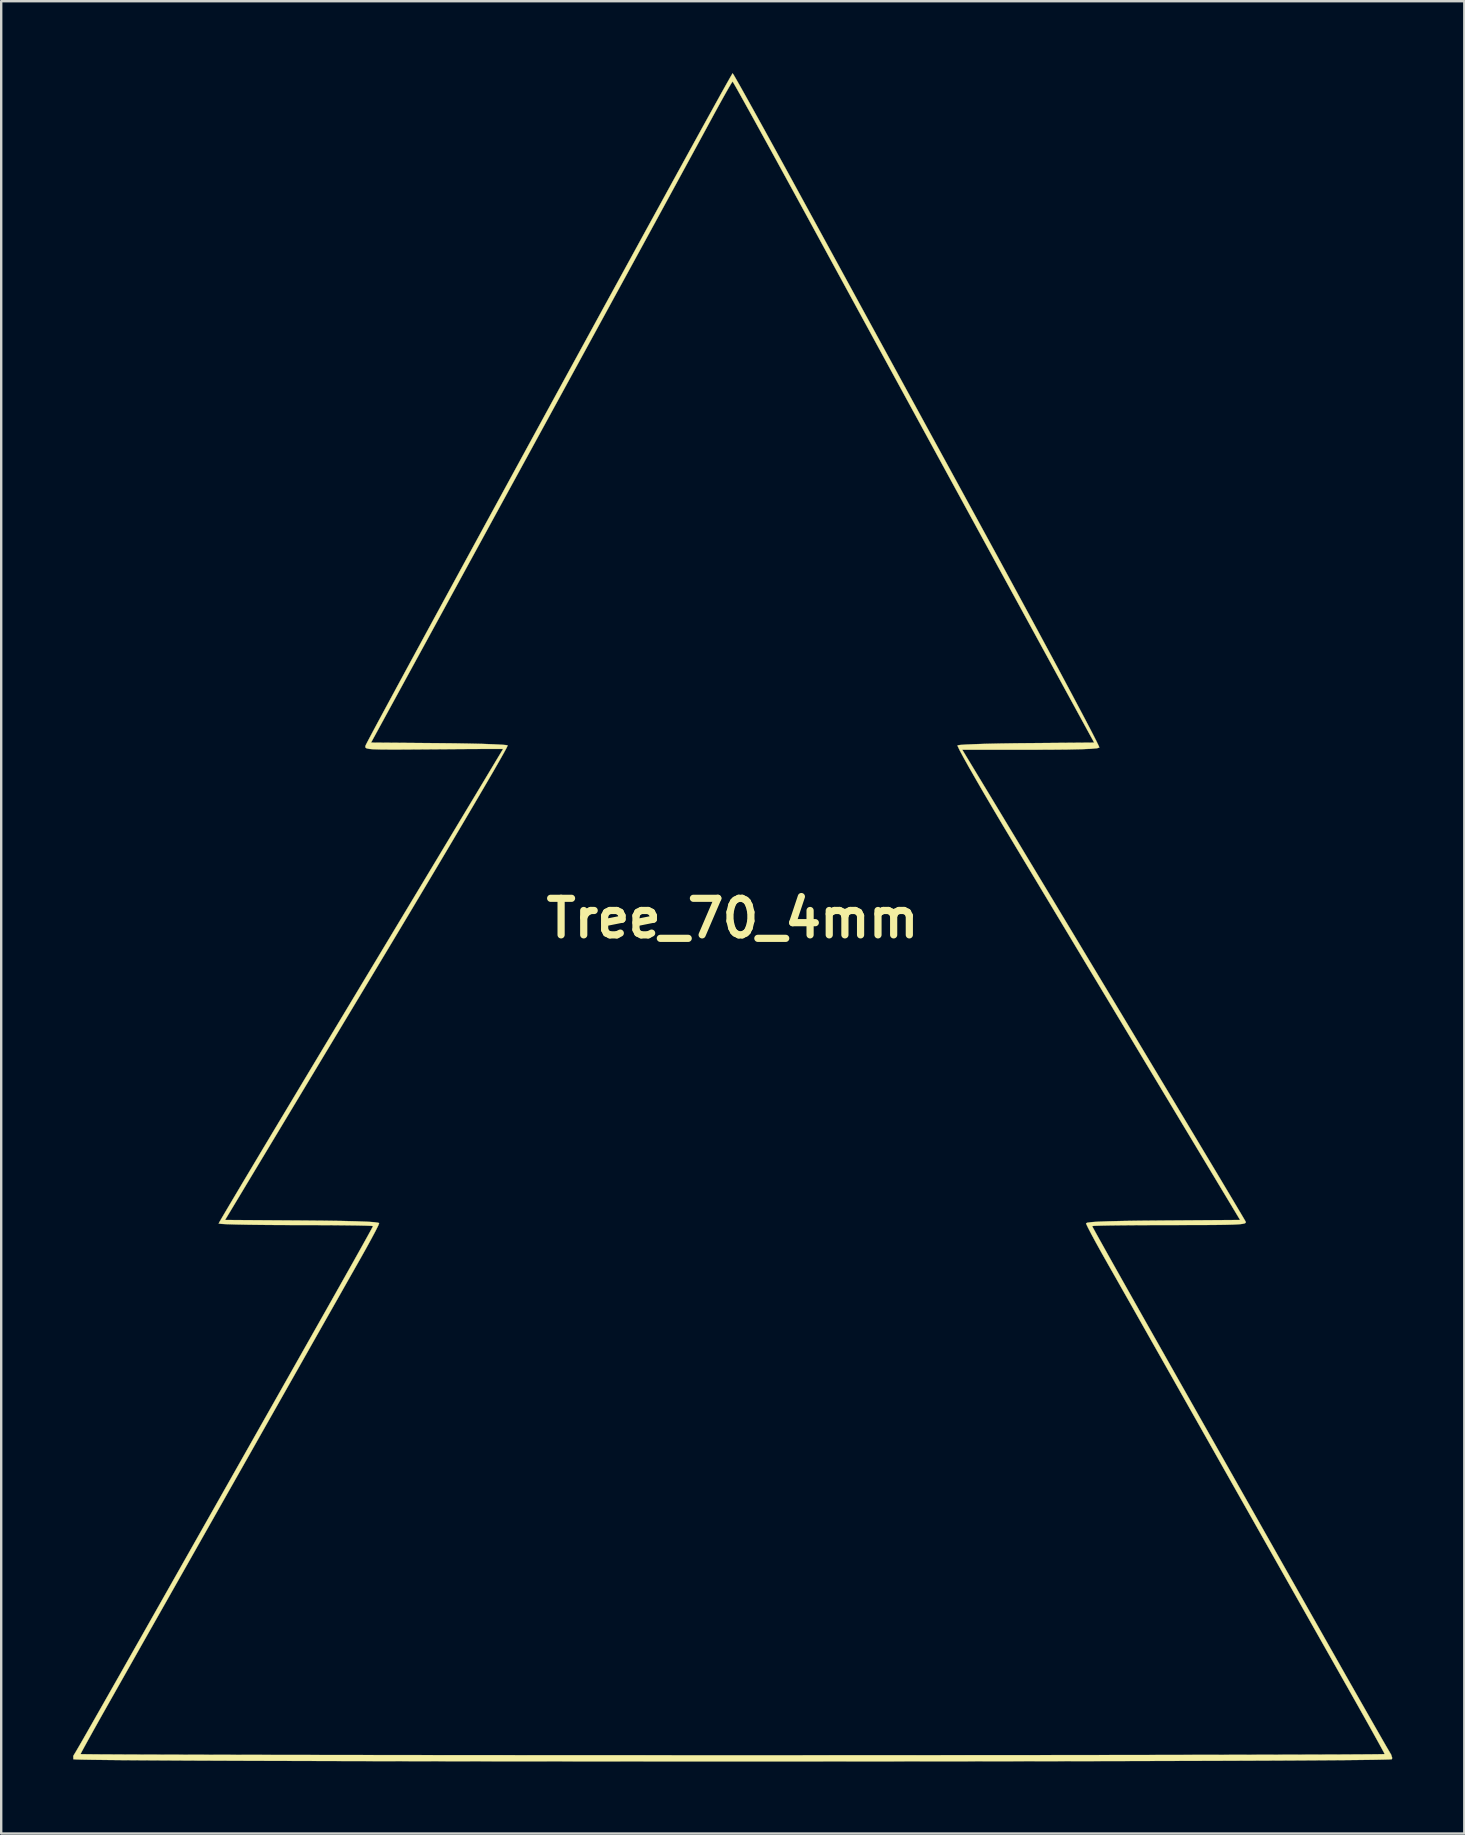
<source format=kicad_pcb>
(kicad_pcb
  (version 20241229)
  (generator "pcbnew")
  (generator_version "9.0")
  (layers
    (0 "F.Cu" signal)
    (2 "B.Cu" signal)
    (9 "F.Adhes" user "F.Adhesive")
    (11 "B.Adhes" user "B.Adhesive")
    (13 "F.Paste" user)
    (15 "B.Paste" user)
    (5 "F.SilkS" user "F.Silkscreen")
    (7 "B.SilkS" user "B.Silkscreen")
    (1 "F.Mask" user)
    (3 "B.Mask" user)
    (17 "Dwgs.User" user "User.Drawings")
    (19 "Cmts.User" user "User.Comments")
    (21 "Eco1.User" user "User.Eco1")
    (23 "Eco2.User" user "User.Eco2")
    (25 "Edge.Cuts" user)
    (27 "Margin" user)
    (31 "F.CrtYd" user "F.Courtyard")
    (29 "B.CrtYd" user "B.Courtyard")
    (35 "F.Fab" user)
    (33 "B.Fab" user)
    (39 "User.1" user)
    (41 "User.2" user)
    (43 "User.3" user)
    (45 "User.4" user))
  (footprint "Tree_70_4mm"
    (layer "F.Cu")
    (at 27.485 35.226)
    (property "Reference" "Tree_70_4mm" (at 0 0 0) (layer "F.SilkS") (effects (font (size 1.524 1.524) (thickness 0.3))))
    (attr through_hole)
    (fp_poly (pts (xy 0.048 -35.149) (xy 0.169 -34.94) (xy 0.358 -34.607) (xy 0.607 -34.161) (xy 0.91 -33.616) (xy 1.261 -32.982) (xy 1.651 -32.273) (xy 2.076 -31.5) (xy 2.527 -30.676) (xy 2.761 -30.247) (xy 3.174 -29.492) (xy 3.658 -28.605) (xy 4.205 -27.603) (xy 4.805 -26.504) (xy 5.449 -25.324) (xy 6.128 -24.081) (xy 6.832 -22.792) (xy 7.552 -21.472) (xy 8.279 -20.141) (xy 9.004 -18.814) (xy 9.717 -17.508) (xy 10.409 -16.241) (xy 10.409 -16.241) (xy 11.035 -15.094) (xy 11.636 -13.988) (xy 12.209 -12.931) (xy 12.748 -11.934) (xy 13.249 -11.005) (xy 13.706 -10.153) (xy 14.115 -9.387) (xy 14.471 -8.717) (xy 14.769 -8.152) (xy 15.004 -7.7) (xy 15.171 -7.371) (xy 15.266 -7.174) (xy 15.286 -7.118) (xy 15.189 -7.089) (xy 14.935 -7.066) (xy 14.521 -7.049) (xy 13.945 -7.036) (xy 13.205 -7.029) (xy 12.402 -7.027) (xy 9.573 -7.027) (xy 10.54 -5.427) (xy 11.037 -4.605) (xy 11.572 -3.717) (xy 12.141 -2.773) (xy 12.738 -1.782) (xy 13.356 -0.756) (xy 13.989 0.297) (xy 14.632 1.367) (xy 15.279 2.443) (xy 15.923 3.515) (xy 16.559 4.574) (xy 17.181 5.61) (xy 17.783 6.613) (xy 18.358 7.573) (xy 18.902 8.48) (xy 19.407 9.324) (xy 19.869 10.095) (xy 20.281 10.784) (xy 20.636 11.38) (xy 20.93 11.873) (xy 21.156 12.254) (xy 21.309 12.513) (xy 21.382 12.639) (xy 21.387 12.65) (xy 21.388 12.684) (xy 21.35 12.713) (xy 21.26 12.735) (xy 21.101 12.752) (xy 20.859 12.765) (xy 20.518 12.774) (xy 20.062 12.78) (xy 19.478 12.783) (xy 18.748 12.784) (xy 18.212 12.785) (xy 17.492 12.786) (xy 16.828 12.789) (xy 16.238 12.794) (xy 15.74 12.8) (xy 15.354 12.808) (xy 15.097 12.816) (xy 14.989 12.826) (xy 14.986 12.827) (xy 15.027 12.906) (xy 15.144 13.12) (xy 15.332 13.458) (xy 15.583 13.908) (xy 15.89 14.456) (xy 16.248 15.093) (xy 16.649 15.805) (xy 17.086 16.581) (xy 17.554 17.409) (xy 17.896 18.013) (xy 18.454 19.001) (xy 19.08 20.107) (xy 19.756 21.302) (xy 20.466 22.556) (xy 21.193 23.842) (xy 21.921 25.129) (xy 22.633 26.388) (xy 23.314 27.591) (xy 23.946 28.708) (xy 24.086 28.956) (xy 24.603 29.869) (xy 25.097 30.741) (xy 25.561 31.56) (xy 25.99 32.314) (xy 26.376 32.992) (xy 26.713 33.583) (xy 26.995 34.076) (xy 27.214 34.458) (xy 27.366 34.719) (xy 27.442 34.847) (xy 27.449 34.858) (xy 27.492 34.998) (xy 27.477 35.048) (xy 27.388 35.057) (xy 27.138 35.064) (xy 26.734 35.072) (xy 26.183 35.079) (xy 25.494 35.086) (xy 24.674 35.092) (xy 23.731 35.098) (xy 22.672 35.104) (xy 21.506 35.109) (xy 20.24 35.114) (xy 18.881 35.118) (xy 17.437 35.122) (xy 15.916 35.126) (xy 14.326 35.129) (xy 12.674 35.132) (xy 10.969 35.134) (xy 9.217 35.137) (xy 7.426 35.138) (xy 5.605 35.14) (xy 3.76 35.141) (xy 1.9 35.141) (xy 0.032 35.141) (xy -1.836 35.141) (xy -3.697 35.141) (xy -5.542 35.14) (xy -7.364 35.138) (xy -9.156 35.137) (xy -10.91 35.135) (xy -12.617 35.132) (xy -14.271 35.129) (xy -15.863 35.126) (xy -17.386 35.122) (xy -18.833 35.118) (xy -20.195 35.114) (xy -21.464 35.109) (xy -22.634 35.104) (xy -23.697 35.098) (xy -24.644 35.092) (xy -25.468 35.086) (xy -26.162 35.079) (xy -26.717 35.072) (xy -27.126 35.065) (xy -27.382 35.057) (xy -27.476 35.049) (xy -27.477 35.048) (xy -27.48 34.913) (xy -27.449 34.858) (xy -27.434 34.835) (xy -27.178 34.835) (xy -27.094 34.839) (xy -26.848 34.842) (xy -26.444 34.846) (xy -25.891 34.849) (xy -25.193 34.853) (xy -24.358 34.856) (xy -23.391 34.859) (xy -22.299 34.862) (xy -21.089 34.865) (xy -19.766 34.868) (xy -18.337 34.87) (xy -16.808 34.872) (xy -15.186 34.874) (xy -13.477 34.876) (xy -11.687 34.878) (xy -9.822 34.879) (xy -7.89 34.881) (xy -5.896 34.882) (xy -3.846 34.882) (xy -1.747 34.883) (xy 0 34.883) (xy 2.134 34.883) (xy 4.225 34.882) (xy 6.265 34.881) (xy 8.248 34.88) (xy 10.169 34.879) (xy 12.02 34.878) (xy 13.796 34.876) (xy 15.489 34.874) (xy 17.095 34.872) (xy 18.606 34.869) (xy 20.016 34.867) (xy 21.319 34.864) (xy 22.508 34.861) (xy 23.577 34.858) (xy 24.521 34.855) (xy 25.331 34.852) (xy 26.003 34.848) (xy 26.53 34.845) (xy 26.905 34.841) (xy 27.122 34.837) (xy 27.178 34.834) (xy 27.138 34.752) (xy 27.022 34.539) (xy 26.841 34.211) (xy 26.603 33.783) (xy 26.317 33.272) (xy 25.991 32.693) (xy 25.635 32.063) (xy 25.514 31.85) (xy 25.208 31.308) (xy 24.828 30.637) (xy 24.385 29.855) (xy 23.89 28.98) (xy 23.352 28.03) (xy 22.782 27.022) (xy 22.19 25.975) (xy 21.586 24.907) (xy 20.98 23.837) (xy 20.383 22.781) (xy 20.212 22.479) (xy 19.643 21.473) (xy 19.079 20.476) (xy 18.529 19.504) (xy 18.001 18.57) (xy 17.502 17.69) (xy 17.042 16.877) (xy 16.628 16.145) (xy 16.268 15.511) (xy 15.971 14.986) (xy 15.744 14.587) (xy 15.653 14.427) (xy 15.384 13.95) (xy 15.146 13.521) (xy 14.951 13.16) (xy 14.812 12.892) (xy 14.739 12.738) (xy 14.732 12.713) (xy 14.786 12.686) (xy 14.954 12.663) (xy 15.245 12.644) (xy 15.668 12.628) (xy 16.232 12.615) (xy 16.947 12.604) (xy 17.82 12.596) (xy 17.943 12.595) (xy 21.153 12.573) (xy 17.64 6.731) (xy 17.015 5.691) (xy 16.356 4.594) (xy 15.677 3.465) (xy 14.992 2.327) (xy 14.316 1.202) (xy 13.663 0.115) (xy 13.046 -0.911) (xy 12.48 -1.853) (xy 11.978 -2.687) (xy 11.716 -3.124) (xy 11.267 -3.873) (xy 10.848 -4.58) (xy 10.466 -5.23) (xy 10.13 -5.811) (xy 9.845 -6.309) (xy 9.621 -6.71) (xy 9.465 -7.002) (xy 9.384 -7.17) (xy 9.375 -7.208) (xy 9.474 -7.225) (xy 9.722 -7.243) (xy 10.098 -7.259) (xy 10.583 -7.274) (xy 11.156 -7.287) (xy 11.797 -7.297) (xy 12.258 -7.301) (xy 15.07 -7.324) (xy 11.092 -14.605) (xy 10.424 -15.829) (xy 9.702 -17.151) (xy 8.942 -18.544) (xy 8.158 -19.981) (xy 7.364 -21.437) (xy 6.574 -22.885) (xy 5.804 -24.297) (xy 5.067 -25.649) (xy 4.378 -26.913) (xy 3.752 -28.063) (xy 3.579 -28.381) (xy 3.051 -29.35) (xy 2.546 -30.275) (xy 2.069 -31.146) (xy 1.628 -31.952) (xy 1.226 -32.682) (xy 0.872 -33.326) (xy 0.569 -33.872) (xy 0.325 -34.311) (xy 0.145 -34.632) (xy 0.034 -34.823) (xy 0 -34.877) (xy -0.051 -34.806) (xy -0.169 -34.607) (xy -0.342 -34.302) (xy -0.558 -33.913) (xy -0.805 -33.461) (xy -0.896 -33.292) (xy -1.05 -33.009) (xy -1.278 -32.588) (xy -1.575 -32.042) (xy -1.935 -31.382) (xy -2.35 -30.619) (xy -2.816 -29.765) (xy -3.325 -28.831) (xy -3.872 -27.828) (xy -4.45 -26.769) (xy -5.054 -25.664) (xy -5.676 -24.525) (xy -6.31 -23.364) (xy -6.562 -22.902) (xy -7.224 -21.69) (xy -7.893 -20.467) (xy -8.56 -19.245) (xy -9.218 -18.041) (xy -9.859 -16.868) (xy -10.474 -15.742) (xy -11.057 -14.675) (xy -11.598 -13.684) (xy -12.091 -12.781) (xy -12.527 -11.983) (xy -12.898 -11.303) (xy -13.197 -10.756) (xy -13.222 -10.71) (xy -15.07 -7.324) (xy -12.258 -7.301) (xy -11.583 -7.294) (xy -10.962 -7.283) (xy -10.416 -7.27) (xy -9.964 -7.254) (xy -9.626 -7.237) (xy -9.424 -7.219) (xy -9.375 -7.207) (xy -9.409 -7.127) (xy -9.526 -6.911) (xy -9.72 -6.567) (xy -9.987 -6.102) (xy -10.322 -5.527) (xy -10.72 -4.848) (xy -11.175 -4.075) (xy -11.683 -3.216) (xy -12.239 -2.279) (xy -12.838 -1.273) (xy -13.475 -0.205) (xy -14.145 0.914) (xy -14.844 2.078) (xy -15.229 2.719) (xy -21.154 12.573) (xy -17.943 12.595) (xy -17.03 12.603) (xy -16.28 12.614) (xy -15.685 12.628) (xy -15.24 12.645) (xy -14.938 12.665) (xy -14.772 12.688) (xy -14.732 12.71) (xy -14.772 12.81) (xy -14.883 13.032) (xy -15.053 13.351) (xy -15.267 13.742) (xy -15.507 14.17) (xy -15.663 14.445) (xy -15.895 14.855) (xy -16.196 15.386) (xy -16.558 16.026) (xy -16.975 16.761) (xy -17.438 17.579) (xy -17.94 18.467) (xy -18.475 19.411) (xy -19.034 20.399) (xy -19.611 21.418) (xy -20.197 22.455) (xy -20.235 22.521) (xy -20.843 23.596) (xy -21.456 24.679) (xy -22.066 25.756) (xy -22.662 26.81) (xy -23.237 27.825) (xy -23.781 28.786) (xy -24.285 29.676) (xy -24.74 30.48) (xy -25.137 31.182) (xy -25.467 31.765) (xy -25.683 32.147) (xy -26.027 32.756) (xy -26.344 33.318) (xy -26.623 33.817) (xy -26.855 34.235) (xy -27.031 34.555) (xy -27.142 34.761) (xy -27.178 34.835) (xy -27.434 34.835) (xy -27.43 34.828) (xy -27.389 34.76) (xy -27.323 34.648) (xy -27.23 34.488) (xy -27.107 34.275) (xy -26.951 34.002) (xy -26.759 33.665) (xy -26.528 33.259) (xy -26.255 32.779) (xy -25.937 32.219) (xy -25.571 31.575) (xy -25.155 30.84) (xy -24.685 30.011) (xy -24.159 29.082) (xy -23.573 28.047) (xy -22.925 26.902) (xy -22.211 25.641) (xy -21.429 24.259) (xy -20.576 22.752) (xy -19.649 21.113) (xy -18.645 19.339) (xy -17.562 17.423) (xy -17.369 17.081) (xy -16.931 16.307) (xy -16.52 15.578) (xy -16.142 14.906) (xy -15.804 14.306) (xy -15.515 13.789) (xy -15.282 13.37) (xy -15.111 13.061) (xy -15.011 12.877) (xy -14.986 12.827) (xy -15.068 12.817) (xy -15.3 12.809) (xy -15.665 12.801) (xy -16.145 12.795) (xy -16.72 12.789) (xy -17.372 12.786) (xy -18.083 12.785) (xy -18.203 12.785) (xy -18.923 12.783) (xy -19.586 12.778) (xy -20.175 12.771) (xy -20.671 12.761) (xy -21.056 12.749) (xy -21.311 12.736) (xy -21.418 12.721) (xy -21.421 12.719) (xy -21.378 12.639) (xy -21.253 12.424) (xy -21.05 12.08) (xy -20.775 11.616) (xy -20.433 11.04) (xy -20.028 10.362) (xy -19.567 9.589) (xy -19.053 8.73) (xy -18.491 7.793) (xy -17.888 6.787) (xy -17.248 5.72) (xy -16.575 4.6) (xy -15.875 3.436) (xy -15.494 2.802) (xy -14.782 1.619) (xy -14.095 0.477) (xy -13.437 -0.617) (xy -12.813 -1.654) (xy -12.229 -2.625) (xy -11.69 -3.523) (xy -11.2 -4.338) (xy -10.764 -5.063) (xy -10.388 -5.689) (xy -10.077 -6.208) (xy -9.835 -6.611) (xy -9.667 -6.89) (xy -9.58 -7.037) (xy -9.567 -7.059) (xy -9.649 -7.061) (xy -9.88 -7.061) (xy -10.242 -7.06) (xy -10.715 -7.058) (xy -11.28 -7.055) (xy -11.917 -7.05) (xy -12.456 -7.046) (xy -13.231 -7.04) (xy -13.853 -7.036) (xy -14.338 -7.036) (xy -14.704 -7.039) (xy -14.966 -7.047) (xy -15.141 -7.061) (xy -15.246 -7.082) (xy -15.296 -7.11) (xy -15.309 -7.147) (xy -15.301 -7.193) (xy -15.3 -7.198) (xy -15.255 -7.29) (xy -15.134 -7.521) (xy -14.942 -7.881) (xy -14.684 -8.362) (xy -14.363 -8.956) (xy -13.987 -9.653) (xy -13.558 -10.445) (xy -13.082 -11.322) (xy -12.564 -12.276) (xy -12.008 -13.298) (xy -11.42 -14.379) (xy -10.804 -15.51) (xy -10.165 -16.683) (xy -9.508 -17.888) (xy -8.838 -19.117) (xy -8.159 -20.361) (xy -7.477 -21.611) (xy -6.796 -22.858) (xy -6.121 -24.093) (xy -5.457 -25.308) (xy -4.808 -26.493) (xy -4.18 -27.64) (xy -3.578 -28.74) (xy -3.005 -29.784) (xy -2.468 -30.764) (xy -1.971 -31.669) (xy -1.518 -32.493) (xy -1.115 -33.224) (xy -0.766 -33.856) (xy -0.477 -34.379) (xy -0.251 -34.783) (xy -0.094 -35.061) (xy -0.011 -35.204) (xy 0.001 -35.221) (xy 0.048 -35.149)) (stroke (width 0.01) (type solid)) (fill yes) (layer "F.SilkS")))
  (gr_rect
    (start -3 -3)
    (end 57.983 73.373)
    (stroke (width 0.1) (type default))
    (fill no)
    (layer "Edge.Cuts")))
</source>
